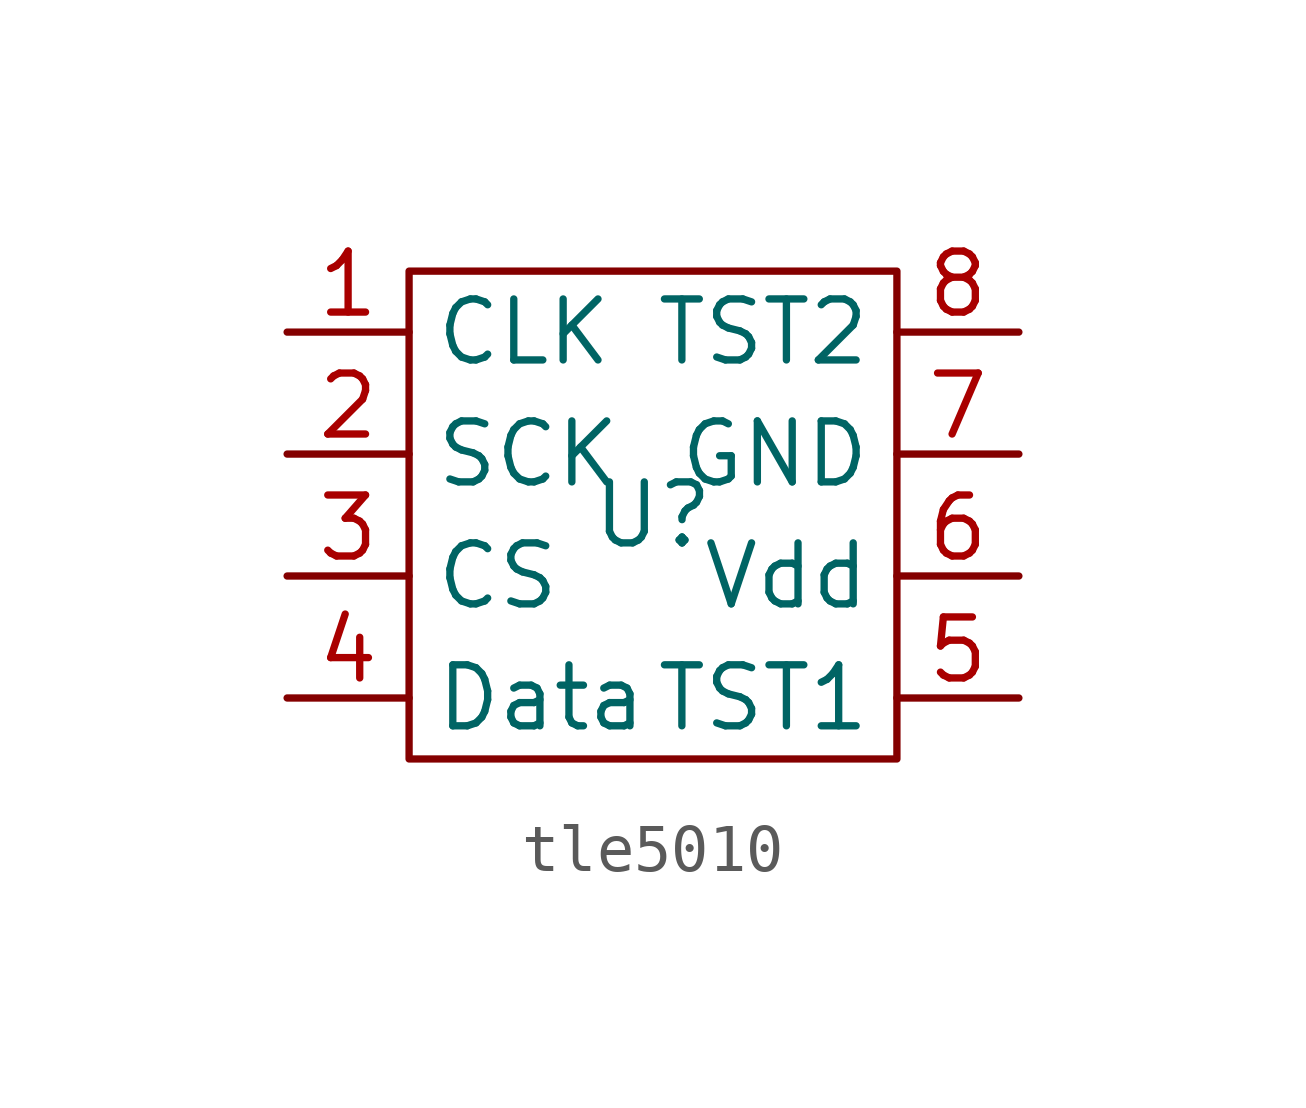
<source format=kicad_sym>
(kicad_symbol_lib
  (version 20220914)
  (generator kicad_symbol_editor)
  (symbol "tle5010"
    (property "Reference" "U"
      (at 0 0 0)
      (effects (font (size 1.27 1.27))))
    (property "Value" ""
      (at 0 0 0)
      (effects (font (size 1.27 1.27))))
    (symbol "tle5010_0_1"
      (polyline (pts (xy -5.08 5.08) (xy -5.08 -5.08) (xy 5.08 -5.08) (xy 5.08 5.08) (xy -5.08 5.08)) (stroke (width 0) (type default)) (fill (type none))))
    (symbol "tle5010_1_1"
      (pin input line (at -7.62 3.81 0) (length 2.54) (name "CLK" (effects (font (size 1.27 1.27)))) (number "1" (effects (font (size 1.27 1.27)))))
      (pin input line (at -7.62 1.27 0) (length 2.54) (name "SCK" (effects (font (size 1.27 1.27)))) (number "2" (effects (font (size 1.27 1.27)))))
      (pin input line (at -7.62 -1.27 0) (length 2.54) (name "CS" (effects (font (size 1.27 1.27)))) (number "3" (effects (font (size 1.27 1.27)))))
      (pin input line (at -7.62 -3.81 0) (length 2.54) (name "Data" (effects (font (size 1.27 1.27)))) (number "4" (effects (font (size 1.27 1.27)))))
      (pin input line (at 7.62 -3.81 180) (length 2.54) (name "TST1" (effects (font (size 1.27 1.27)))) (number "5" (effects (font (size 1.27 1.27)))))
      (pin power_in line (at 7.62 -1.27 180) (length 2.54) (name "Vdd" (effects (font (size 1.27 1.27)))) (number "6" (effects (font (size 1.27 1.27)))))
      (pin power_in line (at 7.62 1.27 180) (length 2.54) (name "GND" (effects (font (size 1.27 1.27)))) (number "7" (effects (font (size 1.27 1.27)))))
      (pin input line (at 7.62 3.81 180) (length 2.54) (name "TST2" (effects (font (size 1.27 1.27)))) (number "8" (effects (font (size 1.27 1.27))))))))
</source>
